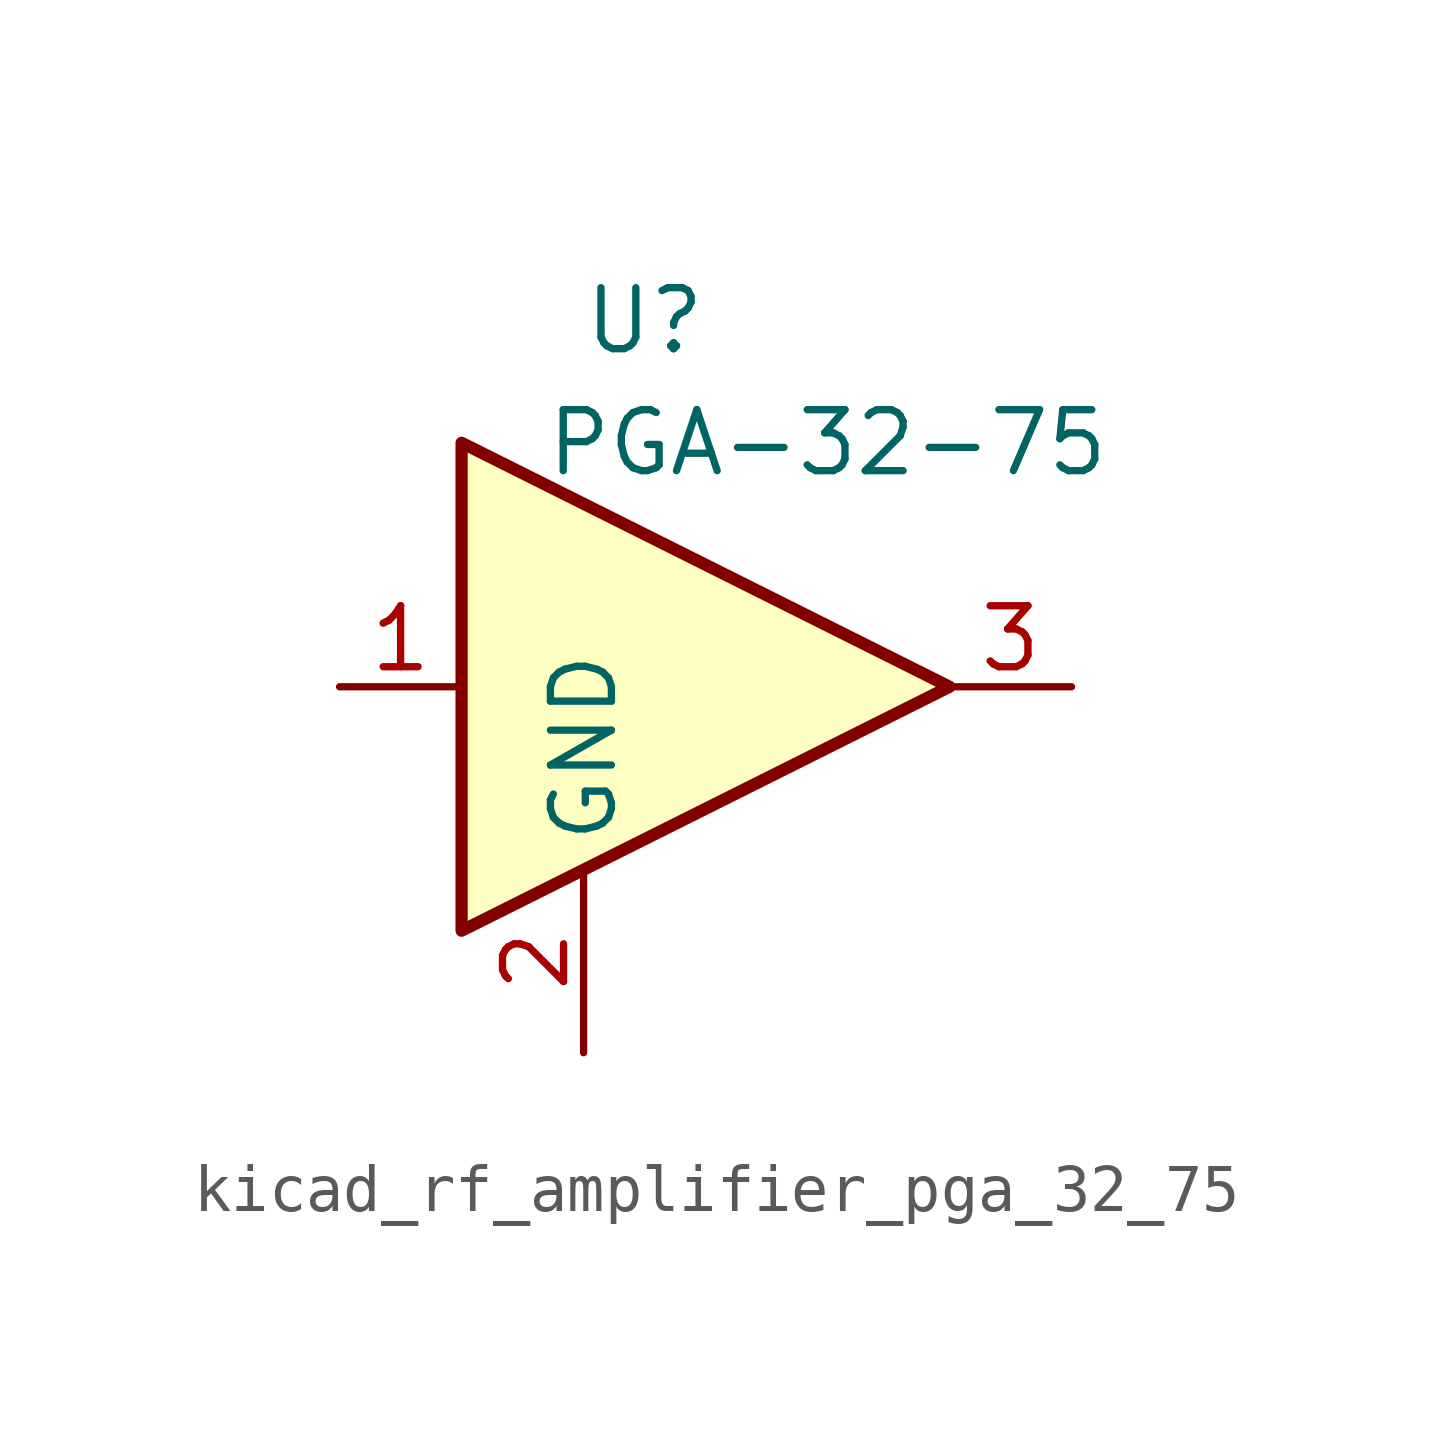
<source format=kicad_sym>
(kicad_symbol_lib
  (version 20220914)
  (generator kicad_symbol_editor)
  (symbol "kicad_rf_amplifier_pga_32_75"
    (property "Reference" "U"
      (at -1.27 7.62 0)
      (effects (font (size 1.27 1.27))))
    (property "Value" "PGA-32-75"
      (at 2.54 5.08 0)
      (effects (font (size 1.27 1.27))))
    (symbol "kicad_rf_amplifier_pga_32_75_0_1"
      (polyline (pts (xy 5.08 0) (xy -5.08 5.08) (xy -5.08 -5.08) (xy 5.08 0)) (stroke (width 0.254) (type default)) (fill (type background))))
    (symbol "kicad_rf_amplifier_pga_32_75_1_1"
      (pin input line (at -7.62 0 0) (length 2.54) (name "~" (effects (font (size 1.27 1.27)))) (number "1" (effects (font (size 1.27 1.27)))))
      (pin power_in line (at -2.54 -7.62 90) (length 3.81) (name "GND" (effects (font (size 1.27 1.27)))) (number "2" (effects (font (size 1.27 1.27)))))
      (pin output line (at 7.62 0 180) (length 2.54) (name "~" (effects (font (size 1.27 1.27)))) (number "3" (effects (font (size 1.27 1.27))))))))
</source>
